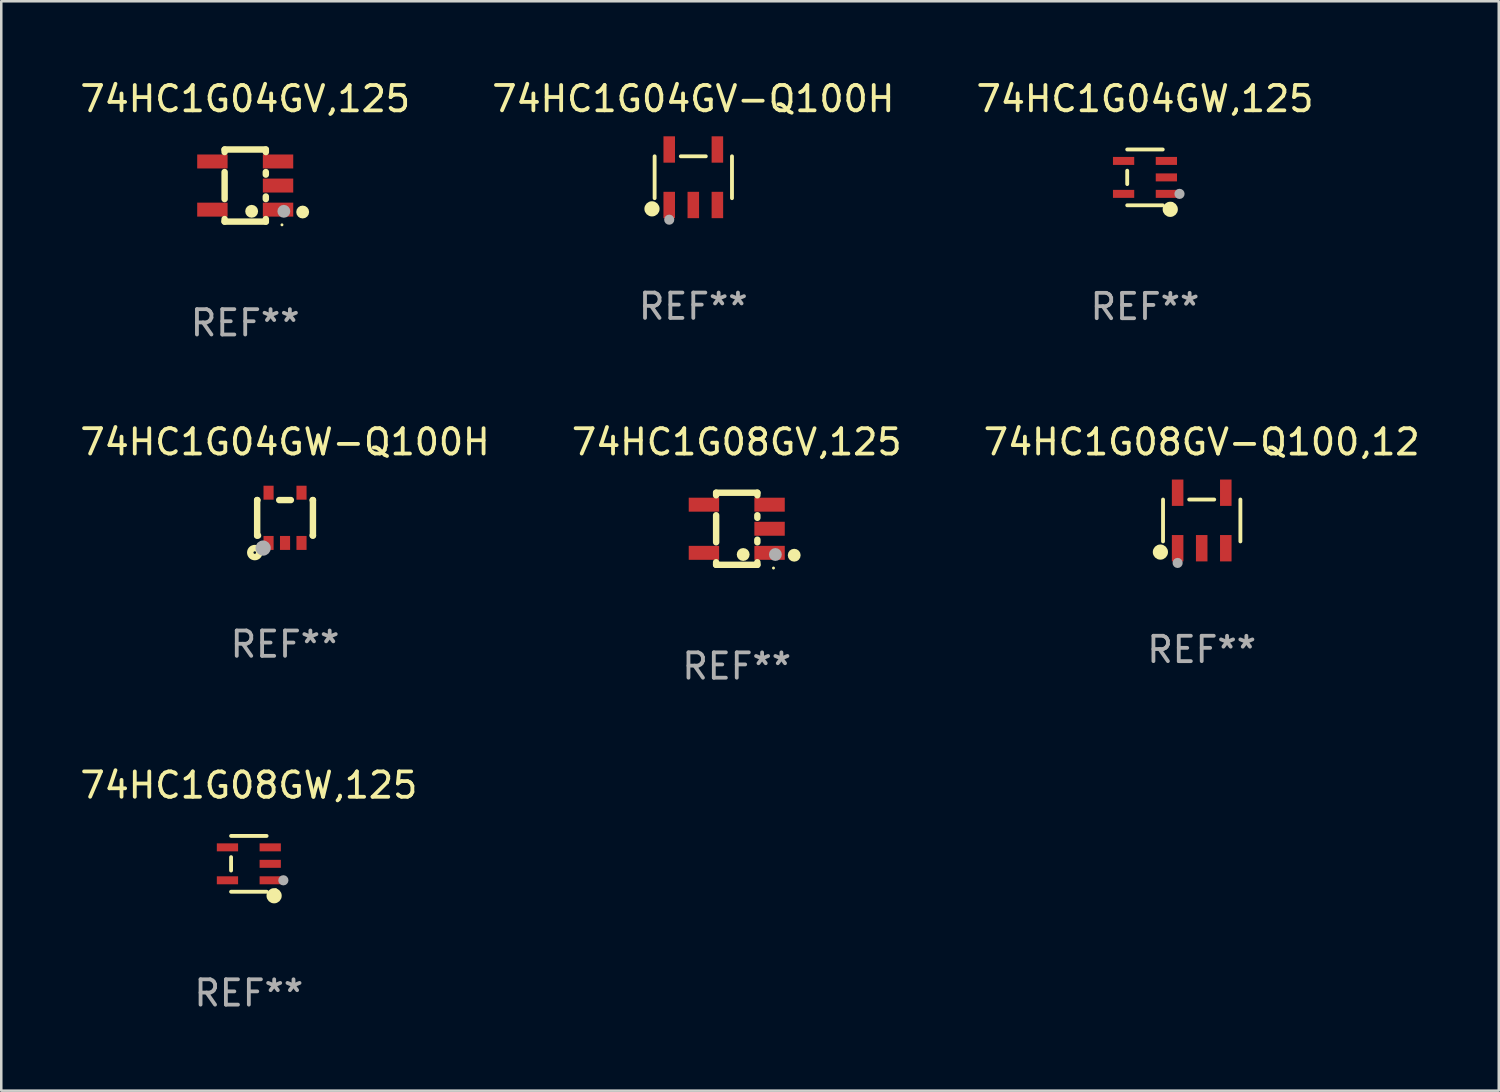
<source format=kicad_pcb>
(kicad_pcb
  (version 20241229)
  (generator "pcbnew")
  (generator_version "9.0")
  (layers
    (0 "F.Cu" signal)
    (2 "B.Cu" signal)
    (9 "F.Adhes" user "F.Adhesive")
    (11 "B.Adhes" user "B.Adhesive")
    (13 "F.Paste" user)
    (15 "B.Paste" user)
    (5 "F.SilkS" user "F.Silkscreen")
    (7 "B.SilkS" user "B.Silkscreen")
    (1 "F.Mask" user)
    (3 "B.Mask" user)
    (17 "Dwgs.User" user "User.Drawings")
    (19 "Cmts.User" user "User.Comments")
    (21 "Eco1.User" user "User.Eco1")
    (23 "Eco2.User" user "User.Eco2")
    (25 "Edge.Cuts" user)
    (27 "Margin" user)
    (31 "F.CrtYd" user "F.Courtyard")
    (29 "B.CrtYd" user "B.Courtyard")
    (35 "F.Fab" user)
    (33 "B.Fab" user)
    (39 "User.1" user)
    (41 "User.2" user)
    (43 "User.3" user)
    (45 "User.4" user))
  (footprint "74HC1G04GV-Q100H"
    (layer "F.Cu")
    (at 24.304 3.943)
    (property "Reference" "74HC1G04GV-Q100H" (at 0 -3.095 0) (layer "F.SilkS") (effects (font (size 1 1) (thickness 0.15))))
    (attr through_hole)
    (fp_line (start -1.526 0.826) (end -1.526 -0.826) (stroke (width 0.152) (type solid)) (layer "F.SilkS"))
    (fp_line (start 0.494 -0.826) (end -0.494 -0.826) (stroke (width 0.152) (type solid)) (layer "F.SilkS"))
    (fp_line (start 1.526 0.826) (end 1.526 -0.826) (stroke (width 0.152) (type solid)) (layer "F.SilkS"))
    (fp_circle (center -1.63 1.247) (end -1.48 1.247) (stroke (width 0.3) (type solid)) (fill no) (layer "F.SilkS"))
    (fp_circle (center -1.45 1.375) (end -1.42 1.375) (stroke (width 0.06) (type solid)) (fill no) (layer "F.SilkS"))
    (fp_circle (center -0.95 1.675) (end -0.85 1.675) (stroke (width 0.2) (type solid)) (fill no) (layer "F.Fab"))
    (fp_text user "REF**" (at 0 5.095 0) (layer "F.Fab") (effects (font (size 1 1) (thickness 0.15))))
    (pad "1" smd rect (at -0.95 1.095) (size 0.455 1.04) (layers "F.Cu" "F.Mask" "F.Paste"))
    (pad "2" smd rect (at 0 1.095) (size 0.455 1.04) (layers "F.Cu" "F.Mask" "F.Paste"))
    (pad "3" smd rect (at 0.95 1.095) (size 0.455 1.04) (layers "F.Cu" "F.Mask" "F.Paste"))
    (pad "4" smd rect (at 0.95 -1.095) (size 0.455 1.04) (layers "F.Cu" "F.Mask" "F.Paste"))
    (pad "5" smd rect (at -0.95 -1.095) (size 0.455 1.04) (layers "F.Cu" "F.Mask" "F.Paste")))
  (footprint "74HC1G08GV-Q100,12"
    (layer "F.Cu")
    (at 44.363 17.485)
    (property "Reference" "74HC1G08GV-Q100,12" (at 0 -3.095 0) (layer "F.SilkS") (effects (font (size 1 1) (thickness 0.15))))
    (attr through_hole)
    (fp_line (start -1.526 0.826) (end -1.526 -0.826) (stroke (width 0.152) (type solid)) (layer "F.SilkS"))
    (fp_line (start 0.494 -0.826) (end -0.494 -0.826) (stroke (width 0.152) (type solid)) (layer "F.SilkS"))
    (fp_line (start 1.526 0.826) (end 1.526 -0.826) (stroke (width 0.152) (type solid)) (layer "F.SilkS"))
    (fp_circle (center -1.63 1.247) (end -1.48 1.247) (stroke (width 0.3) (type solid)) (fill no) (layer "F.SilkS"))
    (fp_circle (center -1.45 1.375) (end -1.42 1.375) (stroke (width 0.06) (type solid)) (fill no) (layer "F.SilkS"))
    (fp_circle (center -0.95 1.675) (end -0.85 1.675) (stroke (width 0.2) (type solid)) (fill no) (layer "F.Fab"))
    (fp_text user "REF**" (at 0 5.095 0) (layer "F.Fab") (effects (font (size 1 1) (thickness 0.15))))
    (pad "1" smd rect (at -0.95 1.095) (size 0.455 1.04) (layers "F.Cu" "F.Mask" "F.Paste"))
    (pad "2" smd rect (at 0 1.095) (size 0.455 1.04) (layers "F.Cu" "F.Mask" "F.Paste"))
    (pad "3" smd rect (at 0.95 1.095) (size 0.455 1.04) (layers "F.Cu" "F.Mask" "F.Paste"))
    (pad "4" smd rect (at 0.95 -1.095) (size 0.455 1.04) (layers "F.Cu" "F.Mask" "F.Paste"))
    (pad "5" smd rect (at -0.95 -1.095) (size 0.455 1.04) (layers "F.Cu" "F.Mask" "F.Paste")))
  (footprint "74HC1G04GW-Q100H"
    (layer "F.Cu")
    (at 8.196 17.38)
    (property "Reference" "74HC1G04GW-Q100H" (at 0 -2.991 0) (layer "F.SilkS") (effects (font (size 1 1) (thickness 0.15))))
    (attr through_hole)
    (fp_line (start -1.1 -0.7) (end -1.1 0.7) (stroke (width 0.254) (type solid)) (layer "F.SilkS"))
    (fp_line (start -1.1 -0.7) (end -1.09 -0.7) (stroke (width 0.254) (type solid)) (layer "F.SilkS"))
    (fp_line (start -1.1 0.7) (end -1.065 0.7) (stroke (width 0.254) (type solid)) (layer "F.SilkS"))
    (fp_line (start -0.23 -0.7) (end 0.23 -0.7) (stroke (width 0.254) (type solid)) (layer "F.SilkS"))
    (fp_line (start 1.09 -0.7) (end 1.1 -0.7) (stroke (width 0.254) (type solid)) (layer "F.SilkS"))
    (fp_line (start 1.09 0.7) (end 1.1 0.7) (stroke (width 0.254) (type solid)) (layer "F.SilkS"))
    (fp_line (start 1.1 -0.7) (end 1.1 0.7) (stroke (width 0.254) (type solid)) (layer "F.SilkS"))
    (fp_circle (center -1.194 1.372) (end -1.143 1.372) (stroke (width 0.254) (type solid)) (fill no) (layer "F.SilkS"))
    (fp_circle (center -1.05 1.063) (end -1.02 1.063) (stroke (width 0.06) (type solid)) (fill no) (layer "F.SilkS"))
    (fp_circle (center -0.864 1.194) (end -0.713 1.194) (stroke (width 0.3) (type solid)) (fill no) (layer "F.Fab"))
    (fp_text user "REF**" (at 0 4.991 0) (layer "F.Fab") (effects (font (size 1 1) (thickness 0.15))))
    (pad "1" smd rect (at -0.65 0.991 180) (size 0.399 0.551) (layers "F.Cu" "F.Mask" "F.Paste"))
    (pad "2" smd rect (at 0 0.991 180) (size 0.399 0.551) (layers "F.Cu" "F.Mask" "F.Paste"))
    (pad "3" smd rect (at 0.65 0.991 180) (size 0.399 0.551) (layers "F.Cu" "F.Mask" "F.Paste"))
    (pad "4" smd rect (at 0.65 -0.991 180) (size 0.399 0.551) (layers "F.Cu" "F.Mask" "F.Paste"))
    (pad "5" smd rect (at -0.65 -0.991 180) (size 0.399 0.551) (layers "F.Cu" "F.Mask" "F.Paste")))
  (footprint "74HC1G04GV,125"
    (layer "F.Cu")
    (at 6.625 4.271)
    (property "Reference" "74HC1G04GV,125" (at 0 -3.422 0) (layer "F.SilkS") (effects (font (size 1 1) (thickness 0.15))))
    (attr through_hole)
    (fp_line (start -0.813 -1.422) (end 0.813 -1.422) (stroke (width 0.254) (type solid)) (layer "F.SilkS"))
    (fp_line (start -0.813 -1.321) (end -0.813 -1.422) (stroke (width 0.254) (type solid)) (layer "F.SilkS"))
    (fp_line (start -0.813 0.533) (end -0.813 -0.533) (stroke (width 0.254) (type solid)) (layer "F.SilkS"))
    (fp_line (start -0.813 1.422) (end -0.813 1.321) (stroke (width 0.254) (type solid)) (layer "F.SilkS"))
    (fp_line (start 0.813 -1.422) (end 0.813 -1.321) (stroke (width 0.254) (type solid)) (layer "F.SilkS"))
    (fp_line (start 0.813 -0.533) (end 0.813 -0.432) (stroke (width 0.254) (type solid)) (layer "F.SilkS"))
    (fp_line (start 0.813 0.432) (end 0.813 0.533) (stroke (width 0.254) (type solid)) (layer "F.SilkS"))
    (fp_line (start 0.813 1.321) (end 0.813 1.422) (stroke (width 0.254) (type solid)) (layer "F.SilkS"))
    (fp_line (start 0.813 1.422) (end -0.813 1.422) (stroke (width 0.254) (type solid)) (layer "F.SilkS"))
    (fp_circle (center 0.254 1.016) (end 0.381 1.016) (stroke (width 0.254) (type solid)) (fill no) (layer "F.SilkS"))
    (fp_circle (center 1.45 1.55) (end 1.48 1.55) (stroke (width 0.06) (type solid)) (fill no) (layer "F.SilkS"))
    (fp_circle (center 2.267 1.044) (end 2.394 1.044) (stroke (width 0.254) (type solid)) (fill no) (layer "F.SilkS"))
    (fp_circle (center 1.524 1.016) (end 1.651 1.016) (stroke (width 0.254) (type solid)) (fill no) (layer "F.Fab"))
    (fp_text user "REF**" (at 0 5.422 0) (layer "F.Fab") (effects (font (size 1 1) (thickness 0.15))))
    (pad "1" smd rect (at 1.295 0.95 90) (size 0.551 1.199) (layers "F.Cu" "F.Mask" "F.Paste"))
    (pad "2" smd rect (at 1.295 0 90) (size 0.551 1.199) (layers "F.Cu" "F.Mask" "F.Paste"))
    (pad "3" smd rect (at 1.295 -0.95 90) (size 0.551 1.199) (layers "F.Cu" "F.Mask" "F.Paste"))
    (pad "4" smd rect (at -1.295 -0.95 90) (size 0.551 1.199) (layers "F.Cu" "F.Mask" "F.Paste"))
    (pad "5" smd rect (at -1.295 0.95 90) (size 0.551 1.199) (layers "F.Cu" "F.Mask" "F.Paste")))
  (footprint "74HC1G08GW,125"
    (layer "F.Cu")
    (at 6.768 31.032)
    (property "Reference" "74HC1G08GW,125" (at 0 -3.101 0) (layer "F.SilkS") (effects (font (size 1 1) (thickness 0.15))))
    (attr through_hole)
    (fp_line (start -0.701 -0.264) (end -0.701 0.264) (stroke (width 0.152) (type solid)) (layer "F.SilkS"))
    (fp_line (start 0.701 -1.101) (end -0.701 -1.101) (stroke (width 0.152) (type solid)) (layer "F.SilkS"))
    (fp_line (start 0.701 1.101) (end -0.701 1.101) (stroke (width 0.152) (type solid)) (layer "F.SilkS"))
    (fp_circle (center 0.997 1.26) (end 1.147 1.26) (stroke (width 0.3) (type solid)) (fill no) (layer "F.SilkS"))
    (fp_circle (center 1.063 1.025) (end 1.093 1.025) (stroke (width 0.06) (type solid)) (fill no) (layer "F.SilkS"))
    (fp_circle (center 1.362 0.65) (end 1.463 0.65) (stroke (width 0.2) (type solid)) (fill no) (layer "F.Fab"))
    (fp_text user "REF**" (at 0 5.101 0) (layer "F.Fab") (effects (font (size 1 1) (thickness 0.15))))
    (pad "1" smd rect (at 0.844 0.65) (size 0.839 0.315) (layers "F.Cu" "F.Mask" "F.Paste"))
    (pad "2" smd rect (at 0.844 0) (size 0.839 0.315) (layers "F.Cu" "F.Mask" "F.Paste"))
    (pad "3" smd rect (at 0.844 -0.65) (size 0.839 0.315) (layers "F.Cu" "F.Mask" "F.Paste"))
    (pad "4" smd rect (at -0.844 -0.65) (size 0.839 0.315) (layers "F.Cu" "F.Mask" "F.Paste"))
    (pad "5" smd rect (at -0.844 0.65) (size 0.839 0.315) (layers "F.Cu" "F.Mask" "F.Paste")))
  (footprint "74HC1G04GW,125"
    (layer "F.Cu")
    (at 42.125 3.949)
    (property "Reference" "74HC1G04GW,125" (at 0 -3.101 0) (layer "F.SilkS") (effects (font (size 1 1) (thickness 0.15))))
    (attr through_hole)
    (fp_line (start -0.701 -0.264) (end -0.701 0.264) (stroke (width 0.152) (type solid)) (layer "F.SilkS"))
    (fp_line (start 0.701 -1.101) (end -0.701 -1.101) (stroke (width 0.152) (type solid)) (layer "F.SilkS"))
    (fp_line (start 0.701 1.101) (end -0.701 1.101) (stroke (width 0.152) (type solid)) (layer "F.SilkS"))
    (fp_circle (center 0.997 1.26) (end 1.147 1.26) (stroke (width 0.3) (type solid)) (fill no) (layer "F.SilkS"))
    (fp_circle (center 1.063 1.025) (end 1.093 1.025) (stroke (width 0.06) (type solid)) (fill no) (layer "F.SilkS"))
    (fp_circle (center 1.362 0.65) (end 1.463 0.65) (stroke (width 0.2) (type solid)) (fill no) (layer "F.Fab"))
    (fp_text user "REF**" (at 0 5.101 0) (layer "F.Fab") (effects (font (size 1 1) (thickness 0.15))))
    (pad "1" smd rect (at 0.844 0.65) (size 0.839 0.315) (layers "F.Cu" "F.Mask" "F.Paste"))
    (pad "2" smd rect (at 0.844 0) (size 0.839 0.315) (layers "F.Cu" "F.Mask" "F.Paste"))
    (pad "3" smd rect (at 0.844 -0.65) (size 0.839 0.315) (layers "F.Cu" "F.Mask" "F.Paste"))
    (pad "4" smd rect (at -0.844 -0.65) (size 0.839 0.315) (layers "F.Cu" "F.Mask" "F.Paste"))
    (pad "5" smd rect (at -0.844 0.65) (size 0.839 0.315) (layers "F.Cu" "F.Mask" "F.Paste")))
  (footprint "74HC1G08GV,125"
    (layer "F.Cu")
    (at 26.018 17.812)
    (property "Reference" "74HC1G08GV,125" (at 0 -3.422 0) (layer "F.SilkS") (effects (font (size 1 1) (thickness 0.15))))
    (attr through_hole)
    (fp_line (start -0.813 -1.422) (end 0.813 -1.422) (stroke (width 0.254) (type solid)) (layer "F.SilkS"))
    (fp_line (start -0.813 -1.321) (end -0.813 -1.422) (stroke (width 0.254) (type solid)) (layer "F.SilkS"))
    (fp_line (start -0.813 0.533) (end -0.813 -0.533) (stroke (width 0.254) (type solid)) (layer "F.SilkS"))
    (fp_line (start -0.813 1.422) (end -0.813 1.321) (stroke (width 0.254) (type solid)) (layer "F.SilkS"))
    (fp_line (start 0.813 -1.422) (end 0.813 -1.321) (stroke (width 0.254) (type solid)) (layer "F.SilkS"))
    (fp_line (start 0.813 -0.533) (end 0.813 -0.432) (stroke (width 0.254) (type solid)) (layer "F.SilkS"))
    (fp_line (start 0.813 0.432) (end 0.813 0.533) (stroke (width 0.254) (type solid)) (layer "F.SilkS"))
    (fp_line (start 0.813 1.321) (end 0.813 1.422) (stroke (width 0.254) (type solid)) (layer "F.SilkS"))
    (fp_line (start 0.813 1.422) (end -0.813 1.422) (stroke (width 0.254) (type solid)) (layer "F.SilkS"))
    (fp_circle (center 0.254 1.016) (end 0.381 1.016) (stroke (width 0.254) (type solid)) (fill no) (layer "F.SilkS"))
    (fp_circle (center 1.45 1.55) (end 1.48 1.55) (stroke (width 0.06) (type solid)) (fill no) (layer "F.SilkS"))
    (fp_circle (center 2.267 1.044) (end 2.394 1.044) (stroke (width 0.254) (type solid)) (fill no) (layer "F.SilkS"))
    (fp_circle (center 1.524 1.016) (end 1.651 1.016) (stroke (width 0.254) (type solid)) (fill no) (layer "F.Fab"))
    (fp_text user "REF**" (at 0 5.422 0) (layer "F.Fab") (effects (font (size 1 1) (thickness 0.15))))
    (pad "1" smd rect (at 1.295 0.95 90) (size 0.551 1.199) (layers "F.Cu" "F.Mask" "F.Paste"))
    (pad "2" smd rect (at 1.295 0 90) (size 0.551 1.199) (layers "F.Cu" "F.Mask" "F.Paste"))
    (pad "3" smd rect (at 1.295 -0.95 90) (size 0.551 1.199) (layers "F.Cu" "F.Mask" "F.Paste"))
    (pad "4" smd rect (at -1.295 -0.95 90) (size 0.551 1.199) (layers "F.Cu" "F.Mask" "F.Paste"))
    (pad "5" smd rect (at -1.295 0.95 90) (size 0.551 1.199) (layers "F.Cu" "F.Mask" "F.Paste")))
  (gr_rect
    (start -3 -3)
    (end 56.083 39.981)
    (stroke (width 0.1) (type default))
    (fill no)
    (layer "Edge.Cuts")))
</source>
